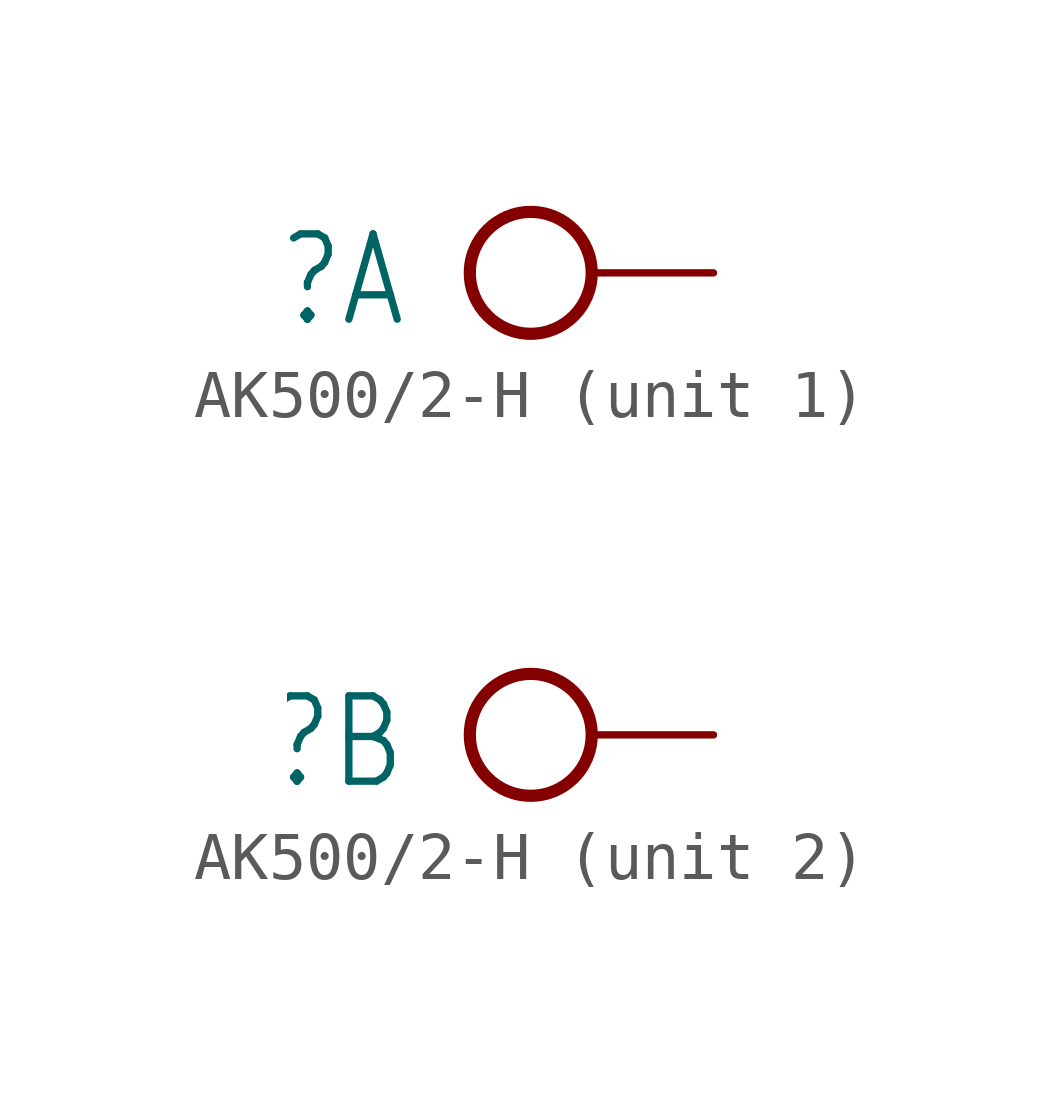
<source format=kicad_sym>
(kicad_symbol_lib
  (version 20231120)
  (generator "kicad_symbol_editor")
  (generator_version "8.0")
  (symbol "AK500/2-H"
    (property "Reference" "X"
      (at -1.27 0.889 0)
      (effects (font (size 1.778 1.511)) (justify right top)))
    (property "ki_locked" ""
      (at 0 0 0)
      (effects (font (size 1.27 1.27))))
    (symbol "AK500/2-H_1_0"
      (circle (center 1.27 0) (radius 1.27) (stroke (width 0.254) (type solid)) (fill (type none)))
      (pin passive line (at 5.08 0 180) (length 2.54) (name "KL" (effects (font (size 0 0)))) (number "1" (effects (font (size 0 0))))))
    (symbol "AK500/2-H_2_0"
      (circle (center 1.27 0) (radius 1.27) (stroke (width 0.254) (type solid)) (fill (type none)))
      (pin passive line (at 5.08 0 180) (length 2.54) (name "KL" (effects (font (size 0 0)))) (number "2" (effects (font (size 0 0))))))))
</source>
